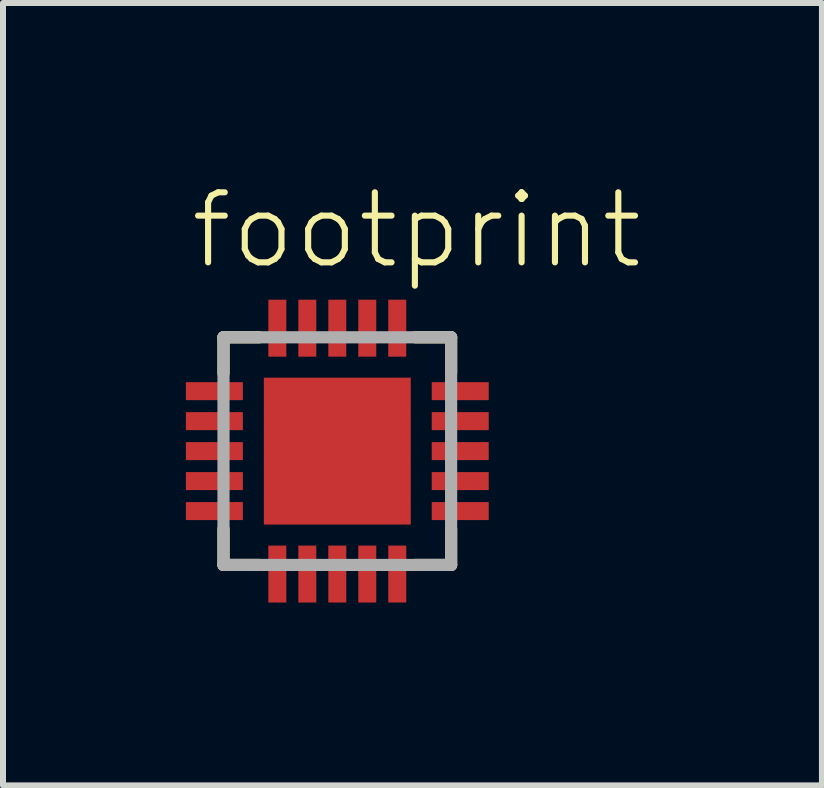
<source format=kicad_pcb>
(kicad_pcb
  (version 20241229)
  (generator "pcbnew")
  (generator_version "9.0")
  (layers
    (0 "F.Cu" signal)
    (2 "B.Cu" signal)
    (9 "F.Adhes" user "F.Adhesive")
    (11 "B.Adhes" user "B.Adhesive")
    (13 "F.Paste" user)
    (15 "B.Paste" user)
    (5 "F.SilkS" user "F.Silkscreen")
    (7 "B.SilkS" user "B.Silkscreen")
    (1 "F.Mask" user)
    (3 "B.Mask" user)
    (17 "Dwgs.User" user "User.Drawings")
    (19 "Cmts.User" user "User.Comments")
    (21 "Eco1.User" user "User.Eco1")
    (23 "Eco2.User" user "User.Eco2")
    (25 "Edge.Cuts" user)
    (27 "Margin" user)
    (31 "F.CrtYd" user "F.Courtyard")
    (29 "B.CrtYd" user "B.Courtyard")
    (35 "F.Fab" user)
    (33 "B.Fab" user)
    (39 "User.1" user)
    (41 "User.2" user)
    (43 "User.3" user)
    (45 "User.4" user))
  (footprint "footprint"
    (layer "F.Cu")
    (at 2.575 4.473)
    (property "Reference" "footprint" (at -2.5 -3 0) (layer "F.SilkS") (effects (font (size 1.168 1.168) (thickness 0.102)) (justify left bottom)))
    (fp_poly (pts (xy -2.575 -0.825) (xy -1.525 -0.825) (xy -1.525 -1.175) (xy -2.575 -1.175)) (stroke (width 0) (type solid)) (fill yes) (layer "F.Mask"))
    (fp_poly (pts (xy -2.575 -0.325) (xy -1.525 -0.325) (xy -1.525 -0.675) (xy -2.575 -0.675)) (stroke (width 0) (type solid)) (fill yes) (layer "F.Mask"))
    (fp_poly (pts (xy -2.575 0.175) (xy -1.525 0.175) (xy -1.525 -0.175) (xy -2.575 -0.175)) (stroke (width 0) (type solid)) (fill yes) (layer "F.Mask"))
    (fp_poly (pts (xy -2.575 0.675) (xy -1.525 0.675) (xy -1.525 0.325) (xy -2.575 0.325)) (stroke (width 0) (type solid)) (fill yes) (layer "F.Mask"))
    (fp_poly (pts (xy -2.575 1.175) (xy -1.525 1.175) (xy -1.525 0.825) (xy -2.575 0.825)) (stroke (width 0) (type solid)) (fill yes) (layer "F.Mask"))
    (fp_poly (pts (xy -1.175 -2.575) (xy -1.175 -1.525) (xy -0.825 -1.525) (xy -0.825 -2.575)) (stroke (width 0) (type solid)) (fill yes) (layer "F.Mask"))
    (fp_poly (pts (xy -0.825 2.575) (xy -0.825 1.525) (xy -1.175 1.525) (xy -1.175 2.575)) (stroke (width 0) (type solid)) (fill yes) (layer "F.Mask"))
    (fp_poly (pts (xy -0.675 -2.575) (xy -0.675 -1.525) (xy -0.325 -1.525) (xy -0.325 -2.575)) (stroke (width 0) (type solid)) (fill yes) (layer "F.Mask"))
    (fp_poly (pts (xy -0.325 2.575) (xy -0.325 1.525) (xy -0.675 1.525) (xy -0.675 2.575)) (stroke (width 0) (type solid)) (fill yes) (layer "F.Mask"))
    (fp_poly (pts (xy -0.175 -2.575) (xy -0.175 -1.525) (xy 0.175 -1.525) (xy 0.175 -2.575)) (stroke (width 0) (type solid)) (fill yes) (layer "F.Mask"))
    (fp_poly (pts (xy 0.175 2.575) (xy 0.175 1.525) (xy -0.175 1.525) (xy -0.175 2.575)) (stroke (width 0) (type solid)) (fill yes) (layer "F.Mask"))
    (fp_poly (pts (xy 0.325 -2.575) (xy 0.325 -1.525) (xy 0.675 -1.525) (xy 0.675 -2.575)) (stroke (width 0) (type solid)) (fill yes) (layer "F.Mask"))
    (fp_poly (pts (xy 0.675 2.575) (xy 0.675 1.525) (xy 0.325 1.525) (xy 0.325 2.575)) (stroke (width 0) (type solid)) (fill yes) (layer "F.Mask"))
    (fp_poly (pts (xy 0.825 -2.575) (xy 0.825 -1.525) (xy 1.175 -1.525) (xy 1.175 -2.575)) (stroke (width 0) (type solid)) (fill yes) (layer "F.Mask"))
    (fp_poly (pts (xy 1.175 2.575) (xy 1.175 1.525) (xy 0.825 1.525) (xy 0.825 2.575)) (stroke (width 0) (type solid)) (fill yes) (layer "F.Mask"))
    (fp_poly (pts (xy 2.575 -1.175) (xy 1.525 -1.175) (xy 1.525 -0.825) (xy 2.575 -0.825)) (stroke (width 0) (type solid)) (fill yes) (layer "F.Mask"))
    (fp_poly (pts (xy 2.575 -0.675) (xy 1.525 -0.675) (xy 1.525 -0.325) (xy 2.575 -0.325)) (stroke (width 0) (type solid)) (fill yes) (layer "F.Mask"))
    (fp_poly (pts (xy 2.575 -0.175) (xy 1.525 -0.175) (xy 1.525 0.175) (xy 2.575 0.175)) (stroke (width 0) (type solid)) (fill yes) (layer "F.Mask"))
    (fp_poly (pts (xy 2.575 0.325) (xy 1.525 0.325) (xy 1.525 0.675) (xy 2.575 0.675)) (stroke (width 0) (type solid)) (fill yes) (layer "F.Mask"))
    (fp_poly (pts (xy 2.575 0.825) (xy 1.525 0.825) (xy 1.525 1.175) (xy 2.575 1.175)) (stroke (width 0) (type solid)) (fill yes) (layer "F.Mask"))
    (fp_poly (pts (xy 1.275 1.275) (xy -1.275 1.275) (xy -1.275 -1.01) (xy -1.135 -1.041) (xy -1.079 -1.079) (xy -1.041 -1.135) (xy -1.01 -1.275) (xy 1.275 -1.275)) (stroke (width 0) (type solid)) (fill yes) (layer "F.Mask"))
    (fp_line (start -1.898 -1.898) (end -1.898 -1.302) (stroke (width 0.203) (type solid)) (layer "F.SilkS"))
    (fp_line (start -1.898 1.302) (end -1.898 1.898) (stroke (width 0.203) (type solid)) (layer "F.SilkS"))
    (fp_line (start -1.898 1.898) (end -1.302 1.898) (stroke (width 0.203) (type solid)) (layer "F.SilkS"))
    (fp_line (start -1.302 -1.898) (end -1.898 -1.898) (stroke (width 0.203) (type solid)) (layer "F.SilkS"))
    (fp_line (start 1.302 1.898) (end 1.898 1.898) (stroke (width 0.203) (type solid)) (layer "F.SilkS"))
    (fp_line (start 1.898 -1.898) (end 1.302 -1.898) (stroke (width 0.203) (type solid)) (layer "F.SilkS"))
    (fp_line (start 1.898 -1.302) (end 1.898 -1.898) (stroke (width 0.203) (type solid)) (layer "F.SilkS"))
    (fp_line (start 1.898 1.898) (end 1.898 1.302) (stroke (width 0.203) (type solid)) (layer "F.SilkS"))
    (fp_poly (pts (xy -2.5 -0.875) (xy -1.6 -0.875) (xy -1.6 -1.125) (xy -2.5 -1.125)) (stroke (width 0) (type solid)) (fill yes) (layer "F.Paste"))
    (fp_poly (pts (xy -2.5 -0.375) (xy -1.6 -0.375) (xy -1.6 -0.625) (xy -2.5 -0.625)) (stroke (width 0) (type solid)) (fill yes) (layer "F.Paste"))
    (fp_poly (pts (xy -2.5 0.125) (xy -1.6 0.125) (xy -1.6 -0.125) (xy -2.5 -0.125)) (stroke (width 0) (type solid)) (fill yes) (layer "F.Paste"))
    (fp_poly (pts (xy -2.5 0.625) (xy -1.6 0.625) (xy -1.6 0.375) (xy -2.5 0.375)) (stroke (width 0) (type solid)) (fill yes) (layer "F.Paste"))
    (fp_poly (pts (xy -2.5 1.125) (xy -1.6 1.125) (xy -1.6 0.875) (xy -2.5 0.875)) (stroke (width 0) (type solid)) (fill yes) (layer "F.Paste"))
    (fp_poly (pts (xy -1.125 -2.5) (xy -1.125 -1.6) (xy -0.875 -1.6) (xy -0.875 -2.5)) (stroke (width 0) (type solid)) (fill yes) (layer "F.Paste"))
    (fp_poly (pts (xy -0.875 2.5) (xy -0.875 1.6) (xy -1.125 1.6) (xy -1.125 2.5)) (stroke (width 0) (type solid)) (fill yes) (layer "F.Paste"))
    (fp_poly (pts (xy -0.625 -2.5) (xy -0.625 -1.6) (xy -0.375 -1.6) (xy -0.375 -2.5)) (stroke (width 0) (type solid)) (fill yes) (layer "F.Paste"))
    (fp_poly (pts (xy -0.375 2.5) (xy -0.375 1.6) (xy -0.625 1.6) (xy -0.625 2.5)) (stroke (width 0) (type solid)) (fill yes) (layer "F.Paste"))
    (fp_poly (pts (xy -0.125 -2.5) (xy -0.125 -1.6) (xy 0.125 -1.6) (xy 0.125 -2.5)) (stroke (width 0) (type solid)) (fill yes) (layer "F.Paste"))
    (fp_poly (pts (xy 0.125 2.5) (xy 0.125 1.6) (xy -0.125 1.6) (xy -0.125 2.5)) (stroke (width 0) (type solid)) (fill yes) (layer "F.Paste"))
    (fp_poly (pts (xy 0.375 -2.5) (xy 0.375 -1.6) (xy 0.625 -1.6) (xy 0.625 -2.5)) (stroke (width 0) (type solid)) (fill yes) (layer "F.Paste"))
    (fp_poly (pts (xy 0.625 2.5) (xy 0.625 1.6) (xy 0.375 1.6) (xy 0.375 2.5)) (stroke (width 0) (type solid)) (fill yes) (layer "F.Paste"))
    (fp_poly (pts (xy 0.875 -2.5) (xy 0.875 -1.6) (xy 1.125 -1.6) (xy 1.125 -2.5)) (stroke (width 0) (type solid)) (fill yes) (layer "F.Paste"))
    (fp_poly (pts (xy 1.125 2.5) (xy 1.125 1.6) (xy 0.875 1.6) (xy 0.875 2.5)) (stroke (width 0) (type solid)) (fill yes) (layer "F.Paste"))
    (fp_poly (pts (xy 2.5 -1.125) (xy 1.6 -1.125) (xy 1.6 -0.875) (xy 2.5 -0.875)) (stroke (width 0) (type solid)) (fill yes) (layer "F.Paste"))
    (fp_poly (pts (xy 2.5 -0.625) (xy 1.6 -0.625) (xy 1.6 -0.375) (xy 2.5 -0.375)) (stroke (width 0) (type solid)) (fill yes) (layer "F.Paste"))
    (fp_poly (pts (xy 2.5 -0.125) (xy 1.6 -0.125) (xy 1.6 0.125) (xy 2.5 0.125)) (stroke (width 0) (type solid)) (fill yes) (layer "F.Paste"))
    (fp_poly (pts (xy 2.5 0.375) (xy 1.6 0.375) (xy 1.6 0.625) (xy 2.5 0.625)) (stroke (width 0) (type solid)) (fill yes) (layer "F.Paste"))
    (fp_poly (pts (xy 2.5 0.875) (xy 1.6 0.875) (xy 1.6 1.125) (xy 2.5 1.125)) (stroke (width 0) (type solid)) (fill yes) (layer "F.Paste"))
    (fp_poly (pts (xy 1.15 1.15) (xy -1.15 1.15) (xy -1.15 -0.95) (xy -1.093 -0.95) (xy -1.037 -0.977) (xy -0.914 -1.15) (xy 1.15 -1.15)) (stroke (width 0) (type solid)) (fill yes) (layer "F.Paste"))
    (fp_line (start -1.898 -1.898) (end -1.898 1.898) (stroke (width 0.203) (type solid)) (layer "F.Fab"))
    (fp_line (start -1.898 1.898) (end 1.898 1.898) (stroke (width 0.203) (type solid)) (layer "F.Fab"))
    (fp_line (start 1.898 -1.898) (end -1.898 -1.898) (stroke (width 0.203) (type solid)) (layer "F.Fab"))
    (fp_line (start 1.898 1.898) (end 1.898 -1.898) (stroke (width 0.203) (type solid)) (layer "F.Fab"))
    (pad "1" smd rect (at -2.05 -1) (size 0.95 0.3) (layers "F.Cu"))
    (pad "2" smd rect (at -2.05 -0.5) (size 0.95 0.3) (layers "F.Cu"))
    (pad "3" smd rect (at -2.05 0) (size 0.95 0.3) (layers "F.Cu"))
    (pad "4" smd rect (at -2.05 0.5) (size 0.95 0.3) (layers "F.Cu"))
    (pad "5" smd rect (at -2.05 1) (size 0.95 0.3) (layers "F.Cu"))
    (pad "6" smd rect (at -1 2.05 90) (size 0.95 0.3) (layers "F.Cu"))
    (pad "7" smd rect (at -0.5 2.05 90) (size 0.95 0.3) (layers "F.Cu"))
    (pad "8" smd rect (at 0 2.05 90) (size 0.95 0.3) (layers "F.Cu"))
    (pad "9" smd rect (at 0.5 2.05 90) (size 0.95 0.3) (layers "F.Cu"))
    (pad "10" smd rect (at 1 2.05 90) (size 0.95 0.3) (layers "F.Cu"))
    (pad "11" smd rect (at 2.05 1 180) (size 0.95 0.3) (layers "F.Cu"))
    (pad "12" smd rect (at 2.05 0.5 180) (size 0.95 0.3) (layers "F.Cu"))
    (pad "13" smd rect (at 2.05 0 180) (size 0.95 0.3) (layers "F.Cu"))
    (pad "14" smd rect (at 2.05 -0.5 180) (size 0.95 0.3) (layers "F.Cu"))
    (pad "15" smd rect (at 2.05 -1 180) (size 0.95 0.3) (layers "F.Cu"))
    (pad "16" smd rect (at 1 -2.05 270) (size 0.95 0.3) (layers "F.Cu"))
    (pad "17" smd rect (at 0.5 -2.05 270) (size 0.95 0.3) (layers "F.Cu"))
    (pad "18" smd rect (at 0 -2.05 270) (size 0.95 0.3) (layers "F.Cu"))
    (pad "19" smd rect (at -0.5 -2.05 270) (size 0.95 0.3) (layers "F.Cu"))
    (pad "20" smd rect (at -1 -2.05 270) (size 0.95 0.3) (layers "F.Cu"))
    (pad "EXP" smd rect (at 0 0) (size 2.45 2.45) (layers "F.Cu")))
  (gr_rect
    (start -3 -3)
    (end 10.657 10.048)
    (stroke (width 0.1) (type default))
    (fill no)
    (layer "Edge.Cuts")))
</source>
